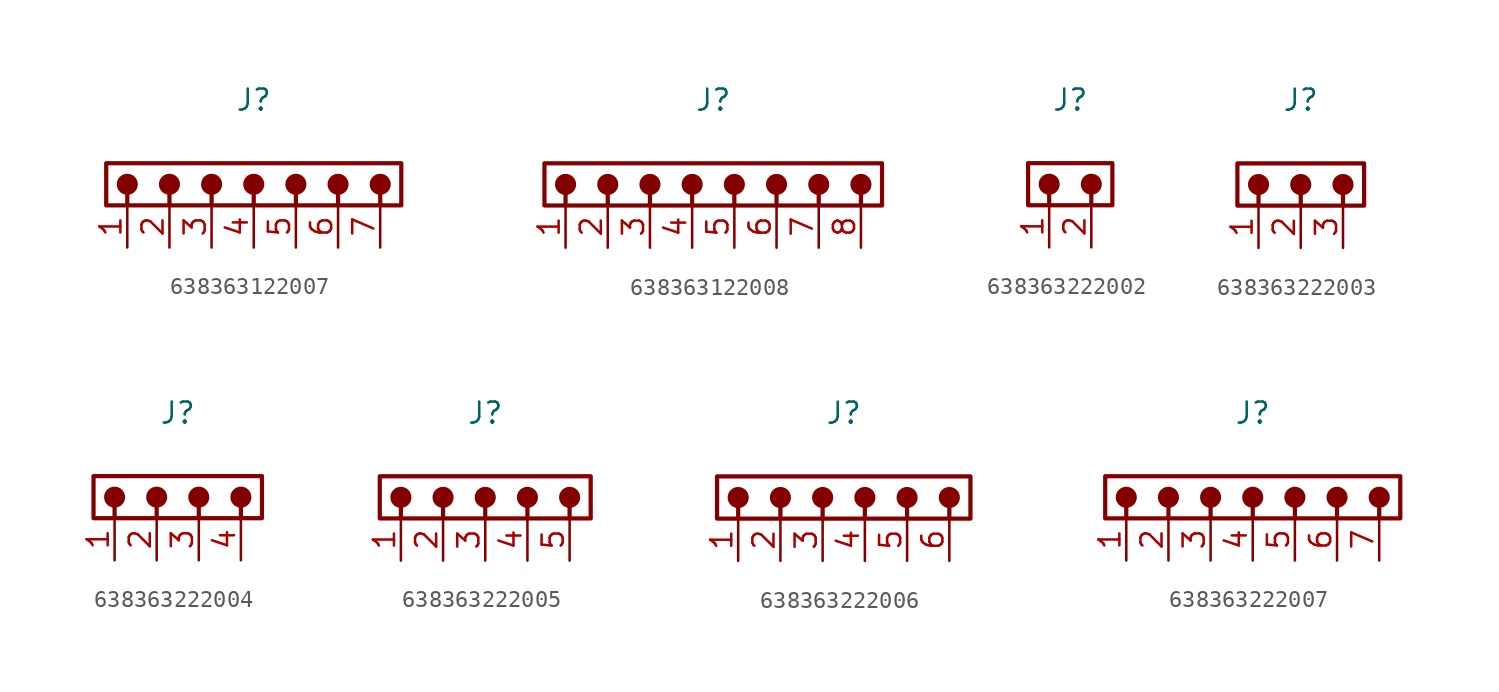
<source format=kicad_sym>
(kicad_symbol_lib
  (version 20241209)
  (generator "kicad_symbol_editor")
  (generator_version "9.0")
  (symbol "638363122007"
    (pin_names
      (hide yes))
    (property "Reference" "J"
      (at 0 5.08 0)
      (effects (font (size 1.27 1.27))))
    (symbol "638363122007_1_1"
      (rectangle (start -8.89 1.27) (end 8.89 -1.27) (stroke (width 0.254) (type solid)) (fill (type none)))
      (circle (center -7.62 0) (radius 0.508) (stroke (width 0.254) (type solid)) (fill (type outline)))
      (polyline (pts (xy -7.62 -0.508) (xy -7.62 -1.27)) (stroke (width 0.254) (type solid)) (fill (type none)))
      (circle (center -5.08 0) (radius 0.508) (stroke (width 0.254) (type solid)) (fill (type outline)))
      (polyline (pts (xy -5.08 -0.508) (xy -5.08 -1.27)) (stroke (width 0.254) (type solid)) (fill (type none)))
      (circle (center -2.54 0) (radius 0.508) (stroke (width 0.254) (type solid)) (fill (type outline)))
      (polyline (pts (xy -2.54 -0.508) (xy -2.54 -1.27)) (stroke (width 0.254) (type solid)) (fill (type none)))
      (circle (center 0 0) (radius 0.508) (stroke (width 0.254) (type solid)) (fill (type outline)))
      (polyline (pts (xy 0 -0.508) (xy 0 -1.27)) (stroke (width 0.254) (type solid)) (fill (type none)))
      (circle (center 2.54 0) (radius 0.508) (stroke (width 0.254) (type solid)) (fill (type outline)))
      (polyline (pts (xy 2.54 -0.508) (xy 2.54 -1.27)) (stroke (width 0.254) (type solid)) (fill (type none)))
      (circle (center 5.08 0) (radius 0.508) (stroke (width 0.254) (type solid)) (fill (type outline)))
      (polyline (pts (xy 5.08 -0.508) (xy 5.08 -1.27)) (stroke (width 0.254) (type solid)) (fill (type none)))
      (circle (center 7.62 0) (radius 0.508) (stroke (width 0.254) (type solid)) (fill (type outline)))
      (polyline (pts (xy 7.62 -0.508) (xy 7.62 -1.27)) (stroke (width 0.254) (type solid)) (fill (type none)))
      (pin passive line (at -7.62 -3.81 90) (length 2.54) (name "1" (effects (font (size 1.27 1.27)))) (number "1" (effects (font (size 1.27 1.27)))))
      (pin passive line (at -5.08 -3.81 90) (length 2.54) (name "2" (effects (font (size 1.27 1.27)))) (number "2" (effects (font (size 1.27 1.27)))))
      (pin passive line (at -2.54 -3.81 90) (length 2.54) (name "3" (effects (font (size 1.27 1.27)))) (number "3" (effects (font (size 1.27 1.27)))))
      (pin passive line (at 0 -3.81 90) (length 2.54) (name "4" (effects (font (size 1.27 1.27)))) (number "4" (effects (font (size 1.27 1.27)))))
      (pin passive line (at 2.54 -3.81 90) (length 2.54) (name "5" (effects (font (size 1.27 1.27)))) (number "5" (effects (font (size 1.27 1.27)))))
      (pin passive line (at 5.08 -3.81 90) (length 2.54) (name "6" (effects (font (size 1.27 1.27)))) (number "6" (effects (font (size 1.27 1.27)))))
      (pin passive line (at 7.62 -3.81 90) (length 2.54) (name "7" (effects (font (size 1.27 1.27)))) (number "7" (effects (font (size 1.27 1.27)))))))
  (symbol "638363122008"
    (pin_names
      (hide yes))
    (property "Reference" "J"
      (at 0 5.08 0)
      (effects (font (size 1.27 1.27))))
    (symbol "638363122008_1_1"
      (rectangle (start -10.16 1.27) (end 10.16 -1.27) (stroke (width 0.254) (type solid)) (fill (type none)))
      (circle (center -8.89 0) (radius 0.508) (stroke (width 0.254) (type solid)) (fill (type outline)))
      (polyline (pts (xy -8.89 -0.508) (xy -8.89 -1.27)) (stroke (width 0.254) (type solid)) (fill (type none)))
      (circle (center -6.35 0) (radius 0.508) (stroke (width 0.254) (type solid)) (fill (type outline)))
      (polyline (pts (xy -6.35 -0.508) (xy -6.35 -1.27)) (stroke (width 0.254) (type solid)) (fill (type none)))
      (circle (center -3.81 0) (radius 0.508) (stroke (width 0.254) (type solid)) (fill (type outline)))
      (polyline (pts (xy -3.81 -0.508) (xy -3.81 -1.27)) (stroke (width 0.254) (type solid)) (fill (type none)))
      (circle (center -1.27 0) (radius 0.508) (stroke (width 0.254) (type solid)) (fill (type outline)))
      (polyline (pts (xy -1.27 -0.508) (xy -1.27 -1.27)) (stroke (width 0.254) (type solid)) (fill (type none)))
      (circle (center 1.27 0) (radius 0.508) (stroke (width 0.254) (type solid)) (fill (type outline)))
      (polyline (pts (xy 1.27 -0.508) (xy 1.27 -1.27)) (stroke (width 0.254) (type solid)) (fill (type none)))
      (circle (center 3.81 0) (radius 0.508) (stroke (width 0.254) (type solid)) (fill (type outline)))
      (polyline (pts (xy 3.81 -0.508) (xy 3.81 -1.27)) (stroke (width 0.254) (type solid)) (fill (type none)))
      (circle (center 6.35 0) (radius 0.508) (stroke (width 0.254) (type solid)) (fill (type outline)))
      (polyline (pts (xy 6.35 -0.508) (xy 6.35 -1.27)) (stroke (width 0.254) (type solid)) (fill (type none)))
      (circle (center 8.89 0) (radius 0.508) (stroke (width 0.254) (type solid)) (fill (type outline)))
      (polyline (pts (xy 8.89 -0.508) (xy 8.89 -1.27)) (stroke (width 0.254) (type solid)) (fill (type none)))
      (pin passive line (at -8.89 -3.81 90) (length 2.54) (name "1" (effects (font (size 1.27 1.27)))) (number "1" (effects (font (size 1.27 1.27)))))
      (pin passive line (at -6.35 -3.81 90) (length 2.54) (name "2" (effects (font (size 1.27 1.27)))) (number "2" (effects (font (size 1.27 1.27)))))
      (pin passive line (at -3.81 -3.81 90) (length 2.54) (name "3" (effects (font (size 1.27 1.27)))) (number "3" (effects (font (size 1.27 1.27)))))
      (pin passive line (at -1.27 -3.81 90) (length 2.54) (name "4" (effects (font (size 1.27 1.27)))) (number "4" (effects (font (size 1.27 1.27)))))
      (pin passive line (at 1.27 -3.81 90) (length 2.54) (name "5" (effects (font (size 1.27 1.27)))) (number "5" (effects (font (size 1.27 1.27)))))
      (pin passive line (at 3.81 -3.81 90) (length 2.54) (name "6" (effects (font (size 1.27 1.27)))) (number "6" (effects (font (size 1.27 1.27)))))
      (pin passive line (at 6.35 -3.81 90) (length 2.54) (name "7" (effects (font (size 1.27 1.27)))) (number "7" (effects (font (size 1.27 1.27)))))
      (pin passive line (at 8.89 -3.81 90) (length 2.54) (name "8" (effects (font (size 1.27 1.27)))) (number "8" (effects (font (size 1.27 1.27)))))))
  (symbol "638363222002"
    (pin_names
      (hide yes))
    (property "Reference" "J"
      (at 0 5.08 0)
      (effects (font (size 1.27 1.27))))
    (symbol "638363222002_1_1"
      (circle (center -1.27 0) (radius 0.508) (stroke (width 0.254) (type solid)) (fill (type outline)))
      (polyline (pts (xy -1.27 -0.508) (xy -1.27 -1.27)) (stroke (width 0.254) (type solid)) (fill (type none)))
      (circle (center 1.27 0) (radius 0.508) (stroke (width 0.254) (type solid)) (fill (type outline)))
      (polyline (pts (xy 1.27 -0.508) (xy 1.27 -1.27)) (stroke (width 0.254) (type solid)) (fill (type none)))
      (rectangle (start 2.54 1.27) (end -2.54 -1.27) (stroke (width 0.254) (type solid)) (fill (type none)))
      (pin passive line (at -1.27 -3.81 90) (length 2.54) (name "1" (effects (font (size 1.27 1.27)))) (number "1" (effects (font (size 1.27 1.27)))))
      (pin passive line (at 1.27 -3.81 90) (length 2.54) (name "2" (effects (font (size 1.27 1.27)))) (number "2" (effects (font (size 1.27 1.27)))))))
  (symbol "638363222003"
    (pin_names
      (hide yes))
    (property "Reference" "J"
      (at 0 5.08 0)
      (effects (font (size 1.27 1.27))))
    (symbol "638363222003_1_1"
      (rectangle (start -3.81 1.27) (end 3.81 -1.27) (stroke (width 0.254) (type solid)) (fill (type none)))
      (circle (center -2.54 0) (radius 0.508) (stroke (width 0.254) (type solid)) (fill (type outline)))
      (polyline (pts (xy -2.54 -0.508) (xy -2.54 -1.27)) (stroke (width 0.254) (type solid)) (fill (type none)))
      (circle (center 0 0) (radius 0.508) (stroke (width 0.254) (type solid)) (fill (type outline)))
      (polyline (pts (xy 0 -0.508) (xy 0 -1.27)) (stroke (width 0.254) (type solid)) (fill (type none)))
      (circle (center 2.54 0) (radius 0.508) (stroke (width 0.254) (type solid)) (fill (type outline)))
      (polyline (pts (xy 2.54 -0.508) (xy 2.54 -1.27)) (stroke (width 0.254) (type solid)) (fill (type none)))
      (pin passive line (at -2.54 -3.81 90) (length 2.54) (name "1" (effects (font (size 1.27 1.27)))) (number "1" (effects (font (size 1.27 1.27)))))
      (pin passive line (at 0 -3.81 90) (length 2.54) (name "2" (effects (font (size 1.27 1.27)))) (number "2" (effects (font (size 1.27 1.27)))))
      (pin passive line (at 2.54 -3.81 90) (length 2.54) (name "3" (effects (font (size 1.27 1.27)))) (number "3" (effects (font (size 1.27 1.27)))))))
  (symbol "638363222004"
    (pin_names
      (hide yes))
    (property "Reference" "J"
      (at 0 5.08 0)
      (effects (font (size 1.27 1.27))))
    (symbol "638363222004_1_1"
      (rectangle (start -5.08 1.27) (end 5.08 -1.27) (stroke (width 0.254) (type solid)) (fill (type none)))
      (circle (center -3.81 0) (radius 0.508) (stroke (width 0.254) (type solid)) (fill (type outline)))
      (polyline (pts (xy -3.81 -0.508) (xy -3.81 -1.27)) (stroke (width 0.254) (type solid)) (fill (type none)))
      (circle (center -1.27 0) (radius 0.508) (stroke (width 0.254) (type solid)) (fill (type outline)))
      (polyline (pts (xy -1.27 -0.508) (xy -1.27 -1.27)) (stroke (width 0.254) (type solid)) (fill (type none)))
      (circle (center 1.27 0) (radius 0.508) (stroke (width 0.254) (type solid)) (fill (type outline)))
      (polyline (pts (xy 1.27 -0.508) (xy 1.27 -1.27)) (stroke (width 0.254) (type solid)) (fill (type none)))
      (circle (center 3.81 0) (radius 0.508) (stroke (width 0.254) (type solid)) (fill (type outline)))
      (polyline (pts (xy 3.81 -0.508) (xy 3.81 -1.27)) (stroke (width 0.254) (type solid)) (fill (type none)))
      (pin passive line (at -3.81 -3.81 90) (length 2.54) (name "1" (effects (font (size 1.27 1.27)))) (number "1" (effects (font (size 1.27 1.27)))))
      (pin passive line (at -1.27 -3.81 90) (length 2.54) (name "2" (effects (font (size 1.27 1.27)))) (number "2" (effects (font (size 1.27 1.27)))))
      (pin passive line (at 1.27 -3.81 90) (length 2.54) (name "3" (effects (font (size 1.27 1.27)))) (number "3" (effects (font (size 1.27 1.27)))))
      (pin passive line (at 3.81 -3.81 90) (length 2.54) (name "4" (effects (font (size 1.27 1.27)))) (number "4" (effects (font (size 1.27 1.27)))))))
  (symbol "638363222005"
    (pin_names
      (hide yes))
    (property "Reference" "J"
      (at 0 5.08 0)
      (effects (font (size 1.27 1.27))))
    (symbol "638363222005_1_1"
      (rectangle (start -6.35 1.27) (end 6.35 -1.27) (stroke (width 0.254) (type solid)) (fill (type none)))
      (circle (center -5.08 0) (radius 0.508) (stroke (width 0.254) (type solid)) (fill (type outline)))
      (polyline (pts (xy -5.08 -0.508) (xy -5.08 -1.27)) (stroke (width 0.254) (type solid)) (fill (type none)))
      (circle (center -2.54 0) (radius 0.508) (stroke (width 0.254) (type solid)) (fill (type outline)))
      (polyline (pts (xy -2.54 -0.508) (xy -2.54 -1.27)) (stroke (width 0.254) (type solid)) (fill (type none)))
      (circle (center 0 0) (radius 0.508) (stroke (width 0.254) (type solid)) (fill (type outline)))
      (polyline (pts (xy 0 -0.508) (xy 0 -1.27)) (stroke (width 0.254) (type solid)) (fill (type none)))
      (circle (center 2.54 0) (radius 0.508) (stroke (width 0.254) (type solid)) (fill (type outline)))
      (polyline (pts (xy 2.54 -0.508) (xy 2.54 -1.27)) (stroke (width 0.254) (type solid)) (fill (type none)))
      (circle (center 5.08 0) (radius 0.508) (stroke (width 0.254) (type solid)) (fill (type outline)))
      (polyline (pts (xy 5.08 -0.508) (xy 5.08 -1.27)) (stroke (width 0.254) (type solid)) (fill (type none)))
      (pin passive line (at -5.08 -3.81 90) (length 2.54) (name "1" (effects (font (size 1.27 1.27)))) (number "1" (effects (font (size 1.27 1.27)))))
      (pin passive line (at -2.54 -3.81 90) (length 2.54) (name "2" (effects (font (size 1.27 1.27)))) (number "2" (effects (font (size 1.27 1.27)))))
      (pin passive line (at 0 -3.81 90) (length 2.54) (name "3" (effects (font (size 1.27 1.27)))) (number "3" (effects (font (size 1.27 1.27)))))
      (pin passive line (at 2.54 -3.81 90) (length 2.54) (name "4" (effects (font (size 1.27 1.27)))) (number "4" (effects (font (size 1.27 1.27)))))
      (pin passive line (at 5.08 -3.81 90) (length 2.54) (name "5" (effects (font (size 1.27 1.27)))) (number "5" (effects (font (size 1.27 1.27)))))))
  (symbol "638363222006"
    (pin_names
      (hide yes))
    (property "Reference" "J"
      (at 0 5.08 0)
      (effects (font (size 1.27 1.27))))
    (symbol "638363222006_1_1"
      (rectangle (start -7.62 1.27) (end 7.62 -1.27) (stroke (width 0.254) (type solid)) (fill (type none)))
      (circle (center -6.35 0) (radius 0.508) (stroke (width 0.254) (type solid)) (fill (type outline)))
      (polyline (pts (xy -6.35 -0.508) (xy -6.35 -1.27)) (stroke (width 0.254) (type solid)) (fill (type none)))
      (circle (center -3.81 0) (radius 0.508) (stroke (width 0.254) (type solid)) (fill (type outline)))
      (polyline (pts (xy -3.81 -0.508) (xy -3.81 -1.27)) (stroke (width 0.254) (type solid)) (fill (type none)))
      (circle (center -1.27 0) (radius 0.508) (stroke (width 0.254) (type solid)) (fill (type outline)))
      (polyline (pts (xy -1.27 -0.508) (xy -1.27 -1.27)) (stroke (width 0.254) (type solid)) (fill (type none)))
      (circle (center 1.27 0) (radius 0.508) (stroke (width 0.254) (type solid)) (fill (type outline)))
      (polyline (pts (xy 1.27 -0.508) (xy 1.27 -1.27)) (stroke (width 0.254) (type solid)) (fill (type none)))
      (circle (center 3.81 0) (radius 0.508) (stroke (width 0.254) (type solid)) (fill (type outline)))
      (polyline (pts (xy 3.81 -0.508) (xy 3.81 -1.27)) (stroke (width 0.254) (type solid)) (fill (type none)))
      (circle (center 6.35 0) (radius 0.508) (stroke (width 0.254) (type solid)) (fill (type outline)))
      (polyline (pts (xy 6.35 -0.508) (xy 6.35 -1.27)) (stroke (width 0.254) (type solid)) (fill (type none)))
      (pin passive line (at -6.35 -3.81 90) (length 2.54) (name "1" (effects (font (size 1.27 1.27)))) (number "1" (effects (font (size 1.27 1.27)))))
      (pin passive line (at -3.81 -3.81 90) (length 2.54) (name "2" (effects (font (size 1.27 1.27)))) (number "2" (effects (font (size 1.27 1.27)))))
      (pin passive line (at -1.27 -3.81 90) (length 2.54) (name "3" (effects (font (size 1.27 1.27)))) (number "3" (effects (font (size 1.27 1.27)))))
      (pin passive line (at 1.27 -3.81 90) (length 2.54) (name "4" (effects (font (size 1.27 1.27)))) (number "4" (effects (font (size 1.27 1.27)))))
      (pin passive line (at 3.81 -3.81 90) (length 2.54) (name "5" (effects (font (size 1.27 1.27)))) (number "5" (effects (font (size 1.27 1.27)))))
      (pin passive line (at 6.35 -3.81 90) (length 2.54) (name "6" (effects (font (size 1.27 1.27)))) (number "6" (effects (font (size 1.27 1.27)))))))
  (symbol "638363222007"
    (pin_names
      (hide yes))
    (property "Reference" "J"
      (at 0 5.08 0)
      (effects (font (size 1.27 1.27))))
    (symbol "638363222007_1_1"
      (rectangle (start -8.89 1.27) (end 8.89 -1.27) (stroke (width 0.254) (type solid)) (fill (type none)))
      (circle (center -7.62 0) (radius 0.508) (stroke (width 0.254) (type solid)) (fill (type outline)))
      (polyline (pts (xy -7.62 -0.508) (xy -7.62 -1.27)) (stroke (width 0.254) (type solid)) (fill (type none)))
      (circle (center -5.08 0) (radius 0.508) (stroke (width 0.254) (type solid)) (fill (type outline)))
      (polyline (pts (xy -5.08 -0.508) (xy -5.08 -1.27)) (stroke (width 0.254) (type solid)) (fill (type none)))
      (circle (center -2.54 0) (radius 0.508) (stroke (width 0.254) (type solid)) (fill (type outline)))
      (polyline (pts (xy -2.54 -0.508) (xy -2.54 -1.27)) (stroke (width 0.254) (type solid)) (fill (type none)))
      (circle (center 0 0) (radius 0.508) (stroke (width 0.254) (type solid)) (fill (type outline)))
      (polyline (pts (xy 0 -0.508) (xy 0 -1.27)) (stroke (width 0.254) (type solid)) (fill (type none)))
      (circle (center 2.54 0) (radius 0.508) (stroke (width 0.254) (type solid)) (fill (type outline)))
      (polyline (pts (xy 2.54 -0.508) (xy 2.54 -1.27)) (stroke (width 0.254) (type solid)) (fill (type none)))
      (circle (center 5.08 0) (radius 0.508) (stroke (width 0.254) (type solid)) (fill (type outline)))
      (polyline (pts (xy 5.08 -0.508) (xy 5.08 -1.27)) (stroke (width 0.254) (type solid)) (fill (type none)))
      (circle (center 7.62 0) (radius 0.508) (stroke (width 0.254) (type solid)) (fill (type outline)))
      (polyline (pts (xy 7.62 -0.508) (xy 7.62 -1.27)) (stroke (width 0.254) (type solid)) (fill (type none)))
      (pin passive line (at -7.62 -3.81 90) (length 2.54) (name "1" (effects (font (size 1.27 1.27)))) (number "1" (effects (font (size 1.27 1.27)))))
      (pin passive line (at -5.08 -3.81 90) (length 2.54) (name "2" (effects (font (size 1.27 1.27)))) (number "2" (effects (font (size 1.27 1.27)))))
      (pin passive line (at -2.54 -3.81 90) (length 2.54) (name "3" (effects (font (size 1.27 1.27)))) (number "3" (effects (font (size 1.27 1.27)))))
      (pin passive line (at 0 -3.81 90) (length 2.54) (name "4" (effects (font (size 1.27 1.27)))) (number "4" (effects (font (size 1.27 1.27)))))
      (pin passive line (at 2.54 -3.81 90) (length 2.54) (name "5" (effects (font (size 1.27 1.27)))) (number "5" (effects (font (size 1.27 1.27)))))
      (pin passive line (at 5.08 -3.81 90) (length 2.54) (name "6" (effects (font (size 1.27 1.27)))) (number "6" (effects (font (size 1.27 1.27)))))
      (pin passive line (at 7.62 -3.81 90) (length 2.54) (name "7" (effects (font (size 1.27 1.27)))) (number "7" (effects (font (size 1.27 1.27))))))))
</source>
